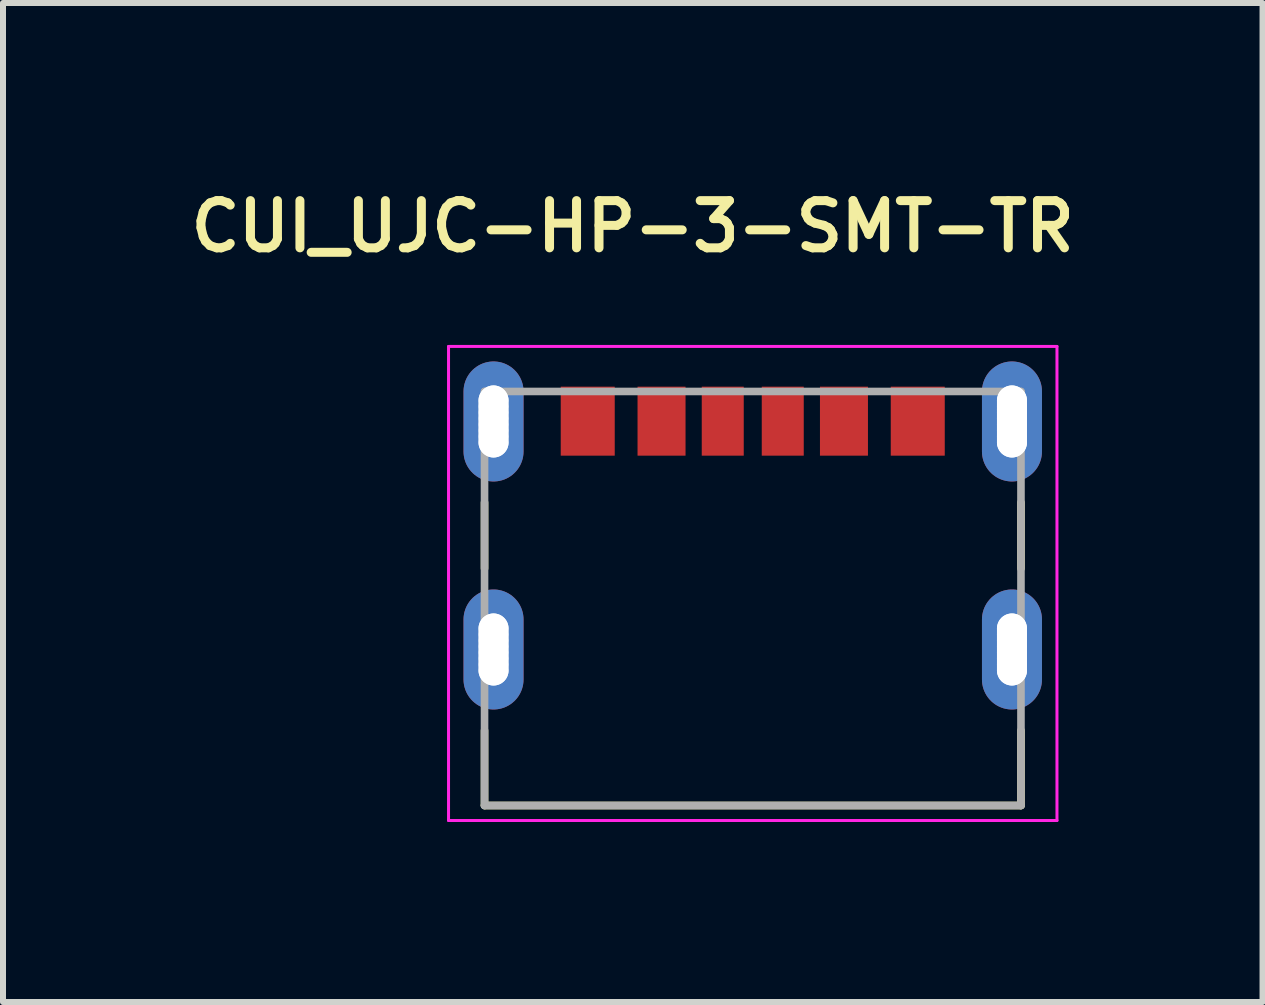
<source format=kicad_pcb>
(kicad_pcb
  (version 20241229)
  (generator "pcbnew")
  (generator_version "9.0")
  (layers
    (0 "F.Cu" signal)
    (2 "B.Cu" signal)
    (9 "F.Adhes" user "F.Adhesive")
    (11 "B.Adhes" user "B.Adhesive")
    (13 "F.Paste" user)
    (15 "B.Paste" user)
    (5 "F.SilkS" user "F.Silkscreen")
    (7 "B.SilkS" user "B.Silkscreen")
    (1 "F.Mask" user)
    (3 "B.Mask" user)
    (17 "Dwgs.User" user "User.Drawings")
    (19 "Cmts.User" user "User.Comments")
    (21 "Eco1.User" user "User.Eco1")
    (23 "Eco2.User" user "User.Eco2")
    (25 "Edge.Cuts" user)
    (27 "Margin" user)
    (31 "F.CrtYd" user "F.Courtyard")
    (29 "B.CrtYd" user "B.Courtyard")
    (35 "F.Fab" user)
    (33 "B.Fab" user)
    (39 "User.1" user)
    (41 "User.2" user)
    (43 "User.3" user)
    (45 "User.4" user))
  (footprint "CUI_UJC-HP-3-SMT-TR"
    (layer "F.Cu")
    (at 9.495 3.974)
    (property "Reference" "CUI_UJC-HP-3-SMT-TR" (at -2 -3.25 0) (layer "F.SilkS") (effects (font (size 0.787 0.787) (thickness 0.15))))
    (attr through_hole)
    (fp_line (start -4.47 2.45) (end -4.47 1.35) (stroke (width 0.127) (type solid)) (layer "F.SilkS"))
    (fp_line (start -4.47 6.4) (end -4.47 5.15) (stroke (width 0.127) (type solid)) (layer "F.SilkS"))
    (fp_line (start -4.47 6.4) (end 4.47 6.4) (stroke (width 0.127) (type solid)) (layer "F.SilkS"))
    (fp_line (start 4.47 2.45) (end 4.47 1.35) (stroke (width 0.127) (type solid)) (layer "F.SilkS"))
    (fp_line (start 4.47 6.4) (end 4.47 5.15) (stroke (width 0.127) (type solid)) (layer "F.SilkS"))
    (fp_line (start -5.07 -1.25) (end -5.07 6.65) (stroke (width 0.05) (type solid)) (layer "F.CrtYd"))
    (fp_line (start -5.07 6.65) (end 5.07 6.65) (stroke (width 0.05) (type solid)) (layer "F.CrtYd"))
    (fp_line (start 5.07 -1.25) (end -5.07 -1.25) (stroke (width 0.05) (type solid)) (layer "F.CrtYd"))
    (fp_line (start 5.07 6.65) (end 5.07 -1.25) (stroke (width 0.05) (type solid)) (layer "F.CrtYd"))
    (fp_line (start -4.47 -0.5) (end -4.47 6.4) (stroke (width 0.127) (type solid)) (layer "F.Fab"))
    (fp_line (start -4.47 6.4) (end 4.47 6.4) (stroke (width 0.127) (type solid)) (layer "F.Fab"))
    (fp_line (start 4.47 -0.5) (end -4.47 -0.5) (stroke (width 0.127) (type solid)) (layer "F.Fab"))
    (fp_line (start 4.47 6.4) (end 4.47 -0.5) (stroke (width 0.127) (type solid)) (layer "F.Fab"))
    (pad "" np_thru_hole circle (at -4.32 -0.35) (size 0.5 0.5) (drill 0.5) (layers "*.Cu" "*.Mask"))
    (pad "" np_thru_hole circle (at -4.32 -0.25) (size 0.5 0.5) (drill 0.5) (layers "*.Cu" "*.Mask"))
    (pad "" np_thru_hole circle (at -4.32 -0.15) (size 0.5 0.5) (drill 0.5) (layers "*.Cu" "*.Mask"))
    (pad "" np_thru_hole circle (at -4.32 -0.05) (size 0.5 0.5) (drill 0.5) (layers "*.Cu" "*.Mask"))
    (pad "" np_thru_hole circle (at -4.32 0.05) (size 0.5 0.5) (drill 0.5) (layers "*.Cu" "*.Mask"))
    (pad "" np_thru_hole circle (at -4.32 0.15) (size 0.5 0.5) (drill 0.5) (layers "*.Cu" "*.Mask"))
    (pad "" np_thru_hole circle (at -4.32 0.25) (size 0.5 0.5) (drill 0.5) (layers "*.Cu" "*.Mask"))
    (pad "" np_thru_hole circle (at -4.32 0.35) (size 0.5 0.5) (drill 0.5) (layers "*.Cu" "*.Mask"))
    (pad "" np_thru_hole circle (at -4.32 3.45) (size 0.5 0.5) (drill 0.5) (layers "*.Cu" "*.Mask"))
    (pad "" np_thru_hole circle (at -4.32 3.55) (size 0.5 0.5) (drill 0.5) (layers "*.Cu" "*.Mask"))
    (pad "" np_thru_hole circle (at -4.32 3.65) (size 0.5 0.5) (drill 0.5) (layers "*.Cu" "*.Mask"))
    (pad "" np_thru_hole circle (at -4.32 3.75) (size 0.5 0.5) (drill 0.5) (layers "*.Cu" "*.Mask"))
    (pad "" np_thru_hole circle (at -4.32 3.85) (size 0.5 0.5) (drill 0.5) (layers "*.Cu" "*.Mask"))
    (pad "" np_thru_hole circle (at -4.32 3.95) (size 0.5 0.5) (drill 0.5) (layers "*.Cu" "*.Mask"))
    (pad "" np_thru_hole circle (at -4.32 4.05) (size 0.5 0.5) (drill 0.5) (layers "*.Cu" "*.Mask"))
    (pad "" np_thru_hole circle (at -4.32 4.15) (size 0.5 0.5) (drill 0.5) (layers "*.Cu" "*.Mask"))
    (pad "" np_thru_hole circle (at 4.32 -0.35) (size 0.5 0.5) (drill 0.5) (layers "*.Cu" "*.Mask"))
    (pad "" np_thru_hole circle (at 4.32 -0.25) (size 0.5 0.5) (drill 0.5) (layers "*.Cu" "*.Mask"))
    (pad "" np_thru_hole circle (at 4.32 -0.2) (size 0.5 0.5) (drill 0.5) (layers "*.Cu" "*.Mask"))
    (pad "" np_thru_hole circle (at 4.32 -0.15) (size 0.5 0.5) (drill 0.5) (layers "*.Cu" "*.Mask"))
    (pad "" np_thru_hole circle (at 4.32 -0.05) (size 0.5 0.5) (drill 0.5) (layers "*.Cu" "*.Mask"))
    (pad "" np_thru_hole circle (at 4.32 0.05) (size 0.5 0.5) (drill 0.5) (layers "*.Cu" "*.Mask"))
    (pad "" np_thru_hole circle (at 4.32 0.15) (size 0.5 0.5) (drill 0.5) (layers "*.Cu" "*.Mask"))
    (pad "" np_thru_hole circle (at 4.32 0.25) (size 0.5 0.5) (drill 0.5) (layers "*.Cu" "*.Mask"))
    (pad "" np_thru_hole circle (at 4.32 0.35) (size 0.5 0.5) (drill 0.5) (layers "*.Cu" "*.Mask"))
    (pad "" np_thru_hole circle (at 4.32 3.45) (size 0.5 0.5) (drill 0.5) (layers "*.Cu" "*.Mask"))
    (pad "" np_thru_hole circle (at 4.32 3.55) (size 0.5 0.5) (drill 0.5) (layers "*.Cu" "*.Mask"))
    (pad "" np_thru_hole circle (at 4.32 3.65) (size 0.5 0.5) (drill 0.5) (layers "*.Cu" "*.Mask"))
    (pad "" np_thru_hole circle (at 4.32 3.75) (size 0.5 0.5) (drill 0.5) (layers "*.Cu" "*.Mask"))
    (pad "" np_thru_hole circle (at 4.32 3.85) (size 0.5 0.5) (drill 0.5) (layers "*.Cu" "*.Mask"))
    (pad "" np_thru_hole circle (at 4.32 3.95) (size 0.5 0.5) (drill 0.5) (layers "*.Cu" "*.Mask"))
    (pad "" np_thru_hole circle (at 4.32 4.05) (size 0.5 0.5) (drill 0.5) (layers "*.Cu" "*.Mask"))
    (pad "" np_thru_hole circle (at 4.32 4.15) (size 0.5 0.5) (drill 0.5) (layers "*.Cu" "*.Mask"))
    (pad "A5" smd rect (at -0.5 -0.005 90) (size 1.15 0.7) (layers "F.Cu" "F.Mask" "F.Paste"))
    (pad "A9" smd rect (at 1.52 -0.005 90) (size 1.15 0.8) (layers "F.Cu" "F.Mask" "F.Paste"))
    (pad "A12" smd rect (at 2.75 -0.005 90) (size 1.15 0.9) (layers "F.Cu" "F.Mask" "F.Paste"))
    (pad "B5" smd rect (at 0.5 -0.005 90) (size 1.15 0.7) (layers "F.Cu" "F.Mask" "F.Paste"))
    (pad "B9" smd rect (at -1.52 -0.005 90) (size 1.15 0.8) (layers "F.Cu" "F.Mask" "F.Paste"))
    (pad "B12" smd rect (at -2.75 -0.005 90) (size 1.15 0.9) (layers "F.Cu" "F.Mask" "F.Paste"))
    (pad "S1" thru_hole oval (at -4.32 0) (size 1 2) (drill oval 0.5 1.2) (layers "*.Cu" "*.Mask"))
    (pad "S2" thru_hole oval (at 4.32 0) (size 1 2) (drill oval 0.5 1.2) (layers "*.Cu" "*.Mask"))
    (pad "S3" thru_hole oval (at -4.32 3.8) (size 1 2) (drill oval 0.5 1.2) (layers "*.Cu" "*.Mask"))
    (pad "S4" thru_hole oval (at 4.32 3.8) (size 1 2) (drill oval 0.5 1.2) (layers "*.Cu" "*.Mask")))
  (gr_rect
    (start -3 -3)
    (end 17.991 13.649)
    (stroke (width 0.1) (type default))
    (fill no)
    (layer "Edge.Cuts")))
</source>
